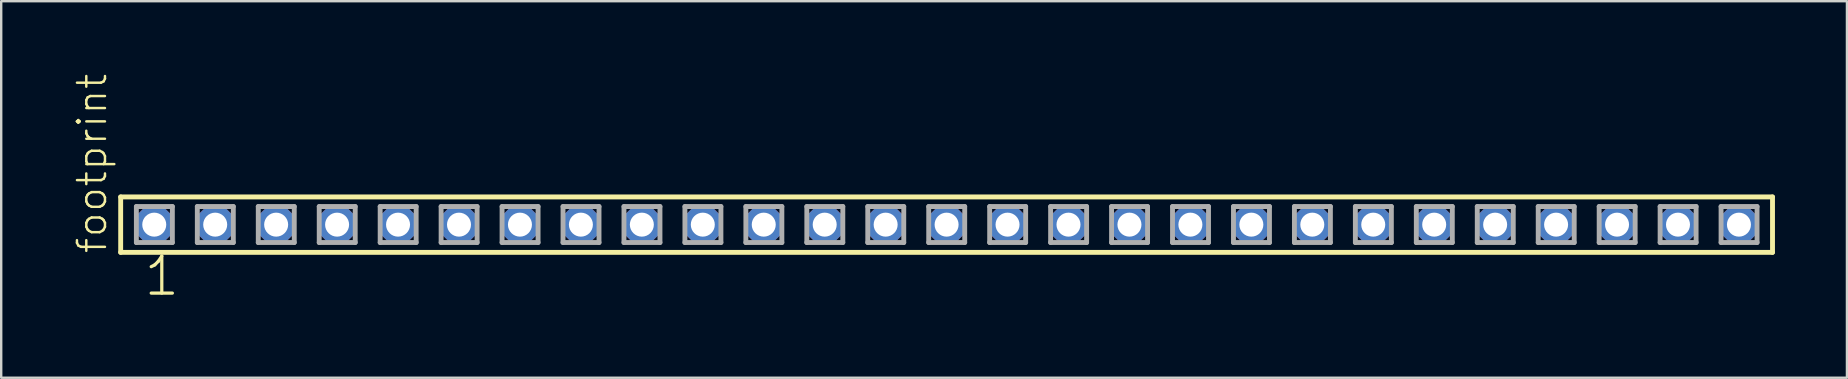
<source format=kicad_pcb>
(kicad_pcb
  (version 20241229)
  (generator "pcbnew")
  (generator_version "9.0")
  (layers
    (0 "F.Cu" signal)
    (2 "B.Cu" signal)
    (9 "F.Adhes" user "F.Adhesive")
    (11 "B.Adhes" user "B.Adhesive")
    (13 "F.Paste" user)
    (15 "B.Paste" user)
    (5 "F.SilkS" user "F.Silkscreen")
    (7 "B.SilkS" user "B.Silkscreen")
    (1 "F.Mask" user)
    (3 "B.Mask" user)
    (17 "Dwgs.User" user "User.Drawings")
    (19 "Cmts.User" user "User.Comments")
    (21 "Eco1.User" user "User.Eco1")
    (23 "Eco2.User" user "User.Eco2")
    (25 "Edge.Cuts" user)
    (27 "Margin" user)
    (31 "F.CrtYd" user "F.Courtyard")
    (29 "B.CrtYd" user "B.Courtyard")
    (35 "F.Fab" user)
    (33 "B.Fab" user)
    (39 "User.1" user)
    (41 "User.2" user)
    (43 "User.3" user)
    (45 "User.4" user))
  (footprint "footprint"
    (layer "F.Cu")
    (at 36.398 6.312)
    (property "Reference" "footprint" (at -34.925 1.27 90) (layer "F.SilkS") (effects (font (size 1.168 1.168) (thickness 0.102)) (justify left bottom)))
    (fp_line (start -34.419 -1.155) (end 34.419 -1.155) (stroke (width 0.203) (type solid)) (layer "F.SilkS"))
    (fp_line (start -34.419 1.155) (end -34.419 -1.155) (stroke (width 0.203) (type solid)) (layer "F.SilkS"))
    (fp_line (start 34.419 -1.155) (end 34.419 1.155) (stroke (width 0.203) (type solid)) (layer "F.SilkS"))
    (fp_line (start 34.419 1.155) (end -34.419 1.155) (stroke (width 0.203) (type solid)) (layer "F.SilkS"))
    (fp_line (start -33.765 -0.755) (end -32.265 -0.755) (stroke (width 0.203) (type solid)) (layer "F.Fab"))
    (fp_line (start -33.765 0.745) (end -33.765 -0.755) (stroke (width 0.203) (type solid)) (layer "F.Fab"))
    (fp_line (start -32.265 -0.755) (end -32.265 0.745) (stroke (width 0.203) (type solid)) (layer "F.Fab"))
    (fp_line (start -32.265 0.745) (end -33.765 0.745) (stroke (width 0.203) (type solid)) (layer "F.Fab"))
    (fp_line (start -31.225 -0.755) (end -29.725 -0.755) (stroke (width 0.203) (type solid)) (layer "F.Fab"))
    (fp_line (start -31.225 0.745) (end -31.225 -0.755) (stroke (width 0.203) (type solid)) (layer "F.Fab"))
    (fp_line (start -29.725 -0.755) (end -29.725 0.745) (stroke (width 0.203) (type solid)) (layer "F.Fab"))
    (fp_line (start -29.725 0.745) (end -31.225 0.745) (stroke (width 0.203) (type solid)) (layer "F.Fab"))
    (fp_line (start -28.685 -0.755) (end -27.185 -0.755) (stroke (width 0.203) (type solid)) (layer "F.Fab"))
    (fp_line (start -28.685 0.745) (end -28.685 -0.755) (stroke (width 0.203) (type solid)) (layer "F.Fab"))
    (fp_line (start -27.185 -0.755) (end -27.185 0.745) (stroke (width 0.203) (type solid)) (layer "F.Fab"))
    (fp_line (start -27.185 0.745) (end -28.685 0.745) (stroke (width 0.203) (type solid)) (layer "F.Fab"))
    (fp_line (start -26.145 -0.755) (end -24.645 -0.755) (stroke (width 0.203) (type solid)) (layer "F.Fab"))
    (fp_line (start -26.145 0.745) (end -26.145 -0.755) (stroke (width 0.203) (type solid)) (layer "F.Fab"))
    (fp_line (start -24.645 -0.755) (end -24.645 0.745) (stroke (width 0.203) (type solid)) (layer "F.Fab"))
    (fp_line (start -24.645 0.745) (end -26.145 0.745) (stroke (width 0.203) (type solid)) (layer "F.Fab"))
    (fp_line (start -23.605 -0.755) (end -22.105 -0.755) (stroke (width 0.203) (type solid)) (layer "F.Fab"))
    (fp_line (start -23.605 0.745) (end -23.605 -0.755) (stroke (width 0.203) (type solid)) (layer "F.Fab"))
    (fp_line (start -22.105 -0.755) (end -22.105 0.745) (stroke (width 0.203) (type solid)) (layer "F.Fab"))
    (fp_line (start -22.105 0.745) (end -23.605 0.745) (stroke (width 0.203) (type solid)) (layer "F.Fab"))
    (fp_line (start -21.065 -0.755) (end -19.565 -0.755) (stroke (width 0.203) (type solid)) (layer "F.Fab"))
    (fp_line (start -21.065 0.745) (end -21.065 -0.755) (stroke (width 0.203) (type solid)) (layer "F.Fab"))
    (fp_line (start -19.565 -0.755) (end -19.565 0.745) (stroke (width 0.203) (type solid)) (layer "F.Fab"))
    (fp_line (start -19.565 0.745) (end -21.065 0.745) (stroke (width 0.203) (type solid)) (layer "F.Fab"))
    (fp_line (start -18.525 -0.755) (end -17.025 -0.755) (stroke (width 0.203) (type solid)) (layer "F.Fab"))
    (fp_line (start -18.525 0.745) (end -18.525 -0.755) (stroke (width 0.203) (type solid)) (layer "F.Fab"))
    (fp_line (start -17.025 -0.755) (end -17.025 0.745) (stroke (width 0.203) (type solid)) (layer "F.Fab"))
    (fp_line (start -17.025 0.745) (end -18.525 0.745) (stroke (width 0.203) (type solid)) (layer "F.Fab"))
    (fp_line (start -15.985 -0.755) (end -14.485 -0.755) (stroke (width 0.203) (type solid)) (layer "F.Fab"))
    (fp_line (start -15.985 0.745) (end -15.985 -0.755) (stroke (width 0.203) (type solid)) (layer "F.Fab"))
    (fp_line (start -14.485 -0.755) (end -14.485 0.745) (stroke (width 0.203) (type solid)) (layer "F.Fab"))
    (fp_line (start -14.485 0.745) (end -15.985 0.745) (stroke (width 0.203) (type solid)) (layer "F.Fab"))
    (fp_line (start -13.445 -0.755) (end -11.945 -0.755) (stroke (width 0.203) (type solid)) (layer "F.Fab"))
    (fp_line (start -13.445 0.745) (end -13.445 -0.755) (stroke (width 0.203) (type solid)) (layer "F.Fab"))
    (fp_line (start -11.945 -0.755) (end -11.945 0.745) (stroke (width 0.203) (type solid)) (layer "F.Fab"))
    (fp_line (start -11.945 0.745) (end -13.445 0.745) (stroke (width 0.203) (type solid)) (layer "F.Fab"))
    (fp_line (start -10.905 -0.755) (end -9.405 -0.755) (stroke (width 0.203) (type solid)) (layer "F.Fab"))
    (fp_line (start -10.905 0.745) (end -10.905 -0.755) (stroke (width 0.203) (type solid)) (layer "F.Fab"))
    (fp_line (start -9.405 -0.755) (end -9.405 0.745) (stroke (width 0.203) (type solid)) (layer "F.Fab"))
    (fp_line (start -9.405 0.745) (end -10.905 0.745) (stroke (width 0.203) (type solid)) (layer "F.Fab"))
    (fp_line (start -8.365 -0.755) (end -6.865 -0.755) (stroke (width 0.203) (type solid)) (layer "F.Fab"))
    (fp_line (start -8.365 0.745) (end -8.365 -0.755) (stroke (width 0.203) (type solid)) (layer "F.Fab"))
    (fp_line (start -6.865 -0.755) (end -6.865 0.745) (stroke (width 0.203) (type solid)) (layer "F.Fab"))
    (fp_line (start -6.865 0.745) (end -8.365 0.745) (stroke (width 0.203) (type solid)) (layer "F.Fab"))
    (fp_line (start -5.825 -0.755) (end -4.325 -0.755) (stroke (width 0.203) (type solid)) (layer "F.Fab"))
    (fp_line (start -5.825 0.745) (end -5.825 -0.755) (stroke (width 0.203) (type solid)) (layer "F.Fab"))
    (fp_line (start -4.325 -0.755) (end -4.325 0.745) (stroke (width 0.203) (type solid)) (layer "F.Fab"))
    (fp_line (start -4.325 0.745) (end -5.825 0.745) (stroke (width 0.203) (type solid)) (layer "F.Fab"))
    (fp_line (start -3.285 -0.755) (end -1.785 -0.755) (stroke (width 0.203) (type solid)) (layer "F.Fab"))
    (fp_line (start -3.285 0.745) (end -3.285 -0.755) (stroke (width 0.203) (type solid)) (layer "F.Fab"))
    (fp_line (start -1.785 -0.755) (end -1.785 0.745) (stroke (width 0.203) (type solid)) (layer "F.Fab"))
    (fp_line (start -1.785 0.745) (end -3.285 0.745) (stroke (width 0.203) (type solid)) (layer "F.Fab"))
    (fp_line (start -0.745 -0.755) (end 0.755 -0.755) (stroke (width 0.203) (type solid)) (layer "F.Fab"))
    (fp_line (start -0.745 0.745) (end -0.745 -0.755) (stroke (width 0.203) (type solid)) (layer "F.Fab"))
    (fp_line (start 0.755 -0.755) (end 0.755 0.745) (stroke (width 0.203) (type solid)) (layer "F.Fab"))
    (fp_line (start 0.755 0.745) (end -0.745 0.745) (stroke (width 0.203) (type solid)) (layer "F.Fab"))
    (fp_line (start 1.795 -0.755) (end 3.295 -0.755) (stroke (width 0.203) (type solid)) (layer "F.Fab"))
    (fp_line (start 1.795 0.745) (end 1.795 -0.755) (stroke (width 0.203) (type solid)) (layer "F.Fab"))
    (fp_line (start 3.295 -0.755) (end 3.295 0.745) (stroke (width 0.203) (type solid)) (layer "F.Fab"))
    (fp_line (start 3.295 0.745) (end 1.795 0.745) (stroke (width 0.203) (type solid)) (layer "F.Fab"))
    (fp_line (start 4.335 -0.755) (end 5.835 -0.755) (stroke (width 0.203) (type solid)) (layer "F.Fab"))
    (fp_line (start 4.335 0.745) (end 4.335 -0.755) (stroke (width 0.203) (type solid)) (layer "F.Fab"))
    (fp_line (start 5.835 -0.755) (end 5.835 0.745) (stroke (width 0.203) (type solid)) (layer "F.Fab"))
    (fp_line (start 5.835 0.745) (end 4.335 0.745) (stroke (width 0.203) (type solid)) (layer "F.Fab"))
    (fp_line (start 6.875 -0.755) (end 8.375 -0.755) (stroke (width 0.203) (type solid)) (layer "F.Fab"))
    (fp_line (start 6.875 0.745) (end 6.875 -0.755) (stroke (width 0.203) (type solid)) (layer "F.Fab"))
    (fp_line (start 8.375 -0.755) (end 8.375 0.745) (stroke (width 0.203) (type solid)) (layer "F.Fab"))
    (fp_line (start 8.375 0.745) (end 6.875 0.745) (stroke (width 0.203) (type solid)) (layer "F.Fab"))
    (fp_line (start 9.415 -0.755) (end 10.915 -0.755) (stroke (width 0.203) (type solid)) (layer "F.Fab"))
    (fp_line (start 9.415 0.745) (end 9.415 -0.755) (stroke (width 0.203) (type solid)) (layer "F.Fab"))
    (fp_line (start 10.915 -0.755) (end 10.915 0.745) (stroke (width 0.203) (type solid)) (layer "F.Fab"))
    (fp_line (start 10.915 0.745) (end 9.415 0.745) (stroke (width 0.203) (type solid)) (layer "F.Fab"))
    (fp_line (start 11.955 -0.755) (end 13.455 -0.755) (stroke (width 0.203) (type solid)) (layer "F.Fab"))
    (fp_line (start 11.955 0.745) (end 11.955 -0.755) (stroke (width 0.203) (type solid)) (layer "F.Fab"))
    (fp_line (start 13.455 -0.755) (end 13.455 0.745) (stroke (width 0.203) (type solid)) (layer "F.Fab"))
    (fp_line (start 13.455 0.745) (end 11.955 0.745) (stroke (width 0.203) (type solid)) (layer "F.Fab"))
    (fp_line (start 14.495 -0.755) (end 15.995 -0.755) (stroke (width 0.203) (type solid)) (layer "F.Fab"))
    (fp_line (start 14.495 0.745) (end 14.495 -0.755) (stroke (width 0.203) (type solid)) (layer "F.Fab"))
    (fp_line (start 15.995 -0.755) (end 15.995 0.745) (stroke (width 0.203) (type solid)) (layer "F.Fab"))
    (fp_line (start 15.995 0.745) (end 14.495 0.745) (stroke (width 0.203) (type solid)) (layer "F.Fab"))
    (fp_line (start 17.035 -0.755) (end 18.535 -0.755) (stroke (width 0.203) (type solid)) (layer "F.Fab"))
    (fp_line (start 17.035 0.745) (end 17.035 -0.755) (stroke (width 0.203) (type solid)) (layer "F.Fab"))
    (fp_line (start 18.535 -0.755) (end 18.535 0.745) (stroke (width 0.203) (type solid)) (layer "F.Fab"))
    (fp_line (start 18.535 0.745) (end 17.035 0.745) (stroke (width 0.203) (type solid)) (layer "F.Fab"))
    (fp_line (start 19.575 -0.755) (end 21.075 -0.755) (stroke (width 0.203) (type solid)) (layer "F.Fab"))
    (fp_line (start 19.575 0.745) (end 19.575 -0.755) (stroke (width 0.203) (type solid)) (layer "F.Fab"))
    (fp_line (start 21.075 -0.755) (end 21.075 0.745) (stroke (width 0.203) (type solid)) (layer "F.Fab"))
    (fp_line (start 21.075 0.745) (end 19.575 0.745) (stroke (width 0.203) (type solid)) (layer "F.Fab"))
    (fp_line (start 22.115 -0.755) (end 23.615 -0.755) (stroke (width 0.203) (type solid)) (layer "F.Fab"))
    (fp_line (start 22.115 0.745) (end 22.115 -0.755) (stroke (width 0.203) (type solid)) (layer "F.Fab"))
    (fp_line (start 23.615 -0.755) (end 23.615 0.745) (stroke (width 0.203) (type solid)) (layer "F.Fab"))
    (fp_line (start 23.615 0.745) (end 22.115 0.745) (stroke (width 0.203) (type solid)) (layer "F.Fab"))
    (fp_line (start 24.655 -0.755) (end 26.155 -0.755) (stroke (width 0.203) (type solid)) (layer "F.Fab"))
    (fp_line (start 24.655 0.745) (end 24.655 -0.755) (stroke (width 0.203) (type solid)) (layer "F.Fab"))
    (fp_line (start 26.155 -0.755) (end 26.155 0.745) (stroke (width 0.203) (type solid)) (layer "F.Fab"))
    (fp_line (start 26.155 0.745) (end 24.655 0.745) (stroke (width 0.203) (type solid)) (layer "F.Fab"))
    (fp_line (start 27.195 -0.755) (end 28.695 -0.755) (stroke (width 0.203) (type solid)) (layer "F.Fab"))
    (fp_line (start 27.195 0.745) (end 27.195 -0.755) (stroke (width 0.203) (type solid)) (layer "F.Fab"))
    (fp_line (start 28.695 -0.755) (end 28.695 0.745) (stroke (width 0.203) (type solid)) (layer "F.Fab"))
    (fp_line (start 28.695 0.745) (end 27.195 0.745) (stroke (width 0.203) (type solid)) (layer "F.Fab"))
    (fp_line (start 29.735 -0.755) (end 31.235 -0.755) (stroke (width 0.203) (type solid)) (layer "F.Fab"))
    (fp_line (start 29.735 0.745) (end 29.735 -0.755) (stroke (width 0.203) (type solid)) (layer "F.Fab"))
    (fp_line (start 31.235 -0.755) (end 31.235 0.745) (stroke (width 0.203) (type solid)) (layer "F.Fab"))
    (fp_line (start 31.235 0.745) (end 29.735 0.745) (stroke (width 0.203) (type solid)) (layer "F.Fab"))
    (fp_line (start 32.275 -0.755) (end 33.775 -0.755) (stroke (width 0.203) (type solid)) (layer "F.Fab"))
    (fp_line (start 32.275 0.745) (end 32.275 -0.755) (stroke (width 0.203) (type solid)) (layer "F.Fab"))
    (fp_line (start 33.775 -0.755) (end 33.775 0.745) (stroke (width 0.203) (type solid)) (layer "F.Fab"))
    (fp_line (start 33.775 0.745) (end 32.275 0.745) (stroke (width 0.203) (type solid)) (layer "F.Fab"))
    (fp_text user "1" (at -33.528 3.048 0) (layer "F.SilkS") (effects (font (size 1.542 1.542) (thickness 0.134)) (justify left bottom)))
    (pad "1" thru_hole roundrect (at -33.02 0) (size 1.5 1.5) (drill 1) (layers "*.Cu" "*.Mask") (roundrect_rratio 0.25) (chamfer_ratio 0.25) (chamfer top_left top_right bottom_left bottom_right))
    (pad "2" thru_hole roundrect (at -30.48 0) (size 1.5 1.5) (drill 1) (layers "*.Cu" "*.Mask") (roundrect_rratio 0.25) (chamfer_ratio 0.25) (chamfer top_left top_right bottom_left bottom_right))
    (pad "3" thru_hole roundrect (at -27.94 0) (size 1.5 1.5) (drill 1) (layers "*.Cu" "*.Mask") (roundrect_rratio 0.25) (chamfer_ratio 0.25) (chamfer top_left top_right bottom_left bottom_right))
    (pad "4" thru_hole roundrect (at -25.4 0) (size 1.5 1.5) (drill 1) (layers "*.Cu" "*.Mask") (roundrect_rratio 0.25) (chamfer_ratio 0.25) (chamfer top_left top_right bottom_left bottom_right))
    (pad "5" thru_hole roundrect (at -22.86 0) (size 1.5 1.5) (drill 1) (layers "*.Cu" "*.Mask") (roundrect_rratio 0.25) (chamfer_ratio 0.25) (chamfer top_left top_right bottom_left bottom_right))
    (pad "6" thru_hole roundrect (at -20.32 0) (size 1.5 1.5) (drill 1) (layers "*.Cu" "*.Mask") (roundrect_rratio 0.25) (chamfer_ratio 0.25) (chamfer top_left top_right bottom_left bottom_right))
    (pad "7" thru_hole roundrect (at -17.78 0) (size 1.5 1.5) (drill 1) (layers "*.Cu" "*.Mask") (roundrect_rratio 0.25) (chamfer_ratio 0.25) (chamfer top_left top_right bottom_left bottom_right))
    (pad "8" thru_hole roundrect (at -15.24 0) (size 1.5 1.5) (drill 1) (layers "*.Cu" "*.Mask") (roundrect_rratio 0.25) (chamfer_ratio 0.25) (chamfer top_left top_right bottom_left bottom_right))
    (pad "9" thru_hole roundrect (at -12.7 0) (size 1.5 1.5) (drill 1) (layers "*.Cu" "*.Mask") (roundrect_rratio 0.25) (chamfer_ratio 0.25) (chamfer top_left top_right bottom_left bottom_right))
    (pad "10" thru_hole roundrect (at -10.16 0) (size 1.5 1.5) (drill 1) (layers "*.Cu" "*.Mask") (roundrect_rratio 0.25) (chamfer_ratio 0.25) (chamfer top_left top_right bottom_left bottom_right))
    (pad "11" thru_hole roundrect (at -7.62 0) (size 1.5 1.5) (drill 1) (layers "*.Cu" "*.Mask") (roundrect_rratio 0.25) (chamfer_ratio 0.25) (chamfer top_left top_right bottom_left bottom_right))
    (pad "12" thru_hole roundrect (at -5.08 0) (size 1.5 1.5) (drill 1) (layers "*.Cu" "*.Mask") (roundrect_rratio 0.25) (chamfer_ratio 0.25) (chamfer top_left top_right bottom_left bottom_right))
    (pad "13" thru_hole roundrect (at -2.54 0) (size 1.5 1.5) (drill 1) (layers "*.Cu" "*.Mask") (roundrect_rratio 0.25) (chamfer_ratio 0.25) (chamfer top_left top_right bottom_left bottom_right))
    (pad "14" thru_hole roundrect (at 0 0) (size 1.5 1.5) (drill 1) (layers "*.Cu" "*.Mask") (roundrect_rratio 0.25) (chamfer_ratio 0.25) (chamfer top_left top_right bottom_left bottom_right))
    (pad "15" thru_hole roundrect (at 2.54 0) (size 1.5 1.5) (drill 1) (layers "*.Cu" "*.Mask") (roundrect_rratio 0.25) (chamfer_ratio 0.25) (chamfer top_left top_right bottom_left bottom_right))
    (pad "16" thru_hole roundrect (at 5.08 0) (size 1.5 1.5) (drill 1) (layers "*.Cu" "*.Mask") (roundrect_rratio 0.25) (chamfer_ratio 0.25) (chamfer top_left top_right bottom_left bottom_right))
    (pad "17" thru_hole roundrect (at 7.62 0) (size 1.5 1.5) (drill 1) (layers "*.Cu" "*.Mask") (roundrect_rratio 0.25) (chamfer_ratio 0.25) (chamfer top_left top_right bottom_left bottom_right))
    (pad "18" thru_hole roundrect (at 10.16 0) (size 1.5 1.5) (drill 1) (layers "*.Cu" "*.Mask") (roundrect_rratio 0.25) (chamfer_ratio 0.25) (chamfer top_left top_right bottom_left bottom_right))
    (pad "19" thru_hole roundrect (at 12.7 0) (size 1.5 1.5) (drill 1) (layers "*.Cu" "*.Mask") (roundrect_rratio 0.25) (chamfer_ratio 0.25) (chamfer top_left top_right bottom_left bottom_right))
    (pad "20" thru_hole roundrect (at 15.24 0) (size 1.5 1.5) (drill 1) (layers "*.Cu" "*.Mask") (roundrect_rratio 0.25) (chamfer_ratio 0.25) (chamfer top_left top_right bottom_left bottom_right))
    (pad "21" thru_hole roundrect (at 17.78 0) (size 1.5 1.5) (drill 1) (layers "*.Cu" "*.Mask") (roundrect_rratio 0.25) (chamfer_ratio 0.25) (chamfer top_left top_right bottom_left bottom_right))
    (pad "22" thru_hole roundrect (at 20.32 0) (size 1.5 1.5) (drill 1) (layers "*.Cu" "*.Mask") (roundrect_rratio 0.25) (chamfer_ratio 0.25) (chamfer top_left top_right bottom_left bottom_right))
    (pad "23" thru_hole roundrect (at 22.86 0) (size 1.5 1.5) (drill 1) (layers "*.Cu" "*.Mask") (roundrect_rratio 0.25) (chamfer_ratio 0.25) (chamfer top_left top_right bottom_left bottom_right))
    (pad "24" thru_hole roundrect (at 25.4 0) (size 1.5 1.5) (drill 1) (layers "*.Cu" "*.Mask") (roundrect_rratio 0.25) (chamfer_ratio 0.25) (chamfer top_left top_right bottom_left bottom_right))
    (pad "25" thru_hole roundrect (at 27.94 0) (size 1.5 1.5) (drill 1) (layers "*.Cu" "*.Mask") (roundrect_rratio 0.25) (chamfer_ratio 0.25) (chamfer top_left top_right bottom_left bottom_right))
    (pad "26" thru_hole roundrect (at 30.48 0) (size 1.5 1.5) (drill 1) (layers "*.Cu" "*.Mask") (roundrect_rratio 0.25) (chamfer_ratio 0.25) (chamfer top_left top_right bottom_left bottom_right))
    (pad "27" thru_hole roundrect (at 33.02 0) (size 1.5 1.5) (drill 1) (layers "*.Cu" "*.Mask") (roundrect_rratio 0.25) (chamfer_ratio 0.25) (chamfer top_left top_right bottom_left bottom_right)))
  (gr_rect
    (start -3 -3)
    (end 73.919 12.691)
    (stroke (width 0.1) (type default))
    (fill no)
    (layer "Edge.Cuts")))
</source>
